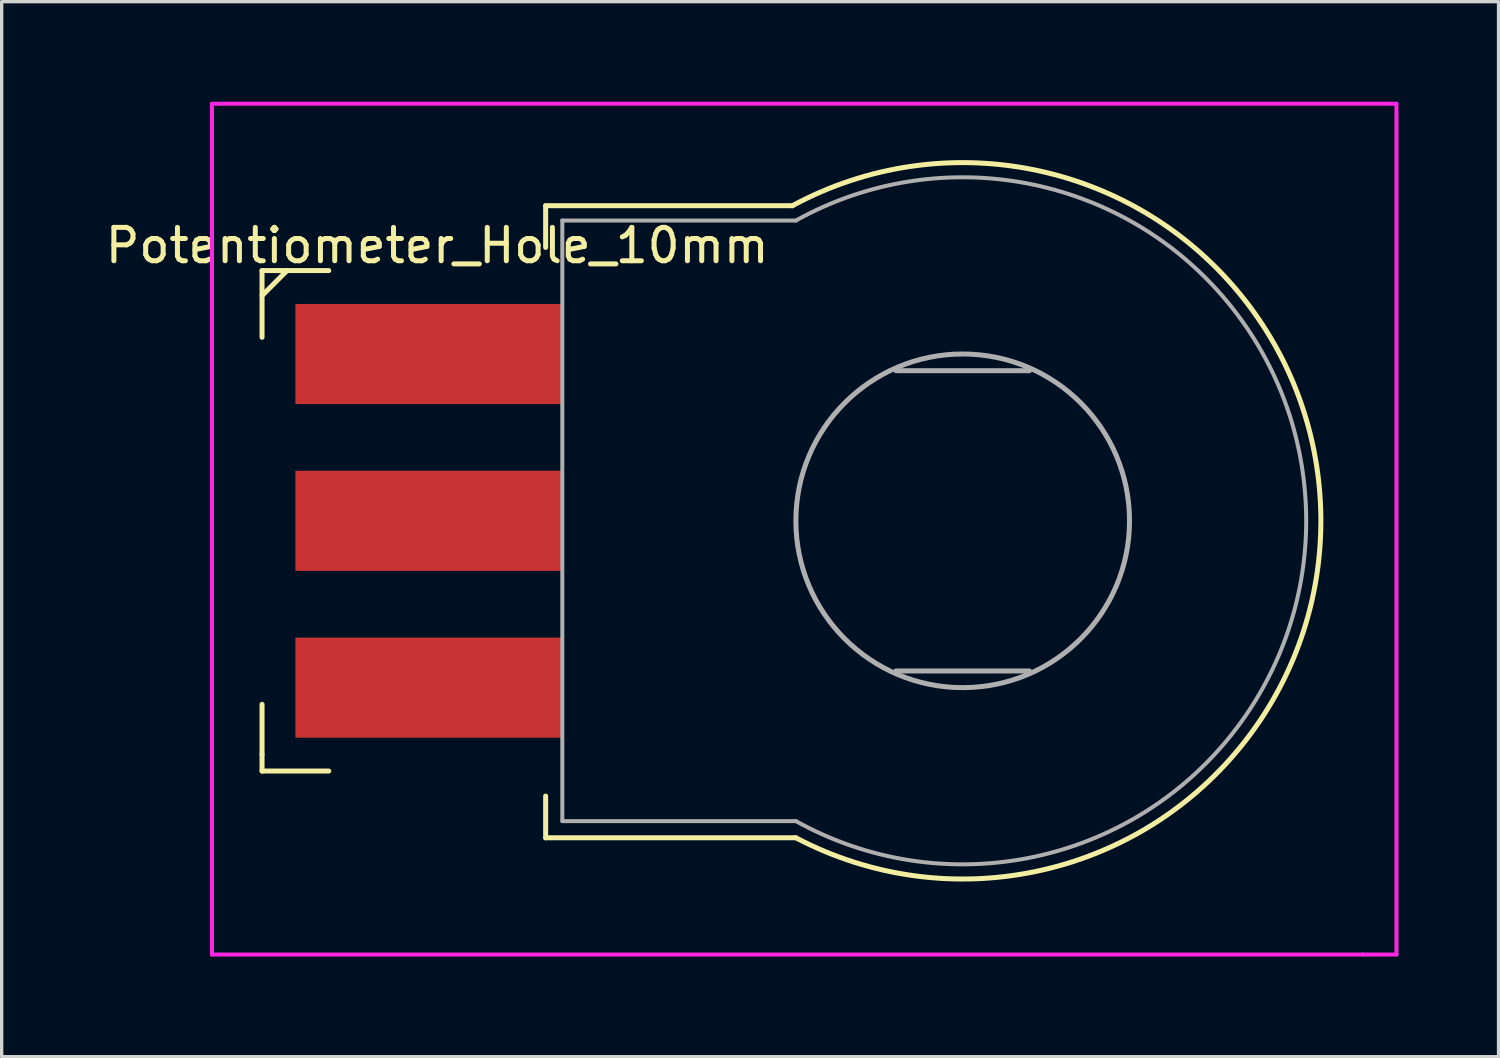
<source format=kicad_pcb>
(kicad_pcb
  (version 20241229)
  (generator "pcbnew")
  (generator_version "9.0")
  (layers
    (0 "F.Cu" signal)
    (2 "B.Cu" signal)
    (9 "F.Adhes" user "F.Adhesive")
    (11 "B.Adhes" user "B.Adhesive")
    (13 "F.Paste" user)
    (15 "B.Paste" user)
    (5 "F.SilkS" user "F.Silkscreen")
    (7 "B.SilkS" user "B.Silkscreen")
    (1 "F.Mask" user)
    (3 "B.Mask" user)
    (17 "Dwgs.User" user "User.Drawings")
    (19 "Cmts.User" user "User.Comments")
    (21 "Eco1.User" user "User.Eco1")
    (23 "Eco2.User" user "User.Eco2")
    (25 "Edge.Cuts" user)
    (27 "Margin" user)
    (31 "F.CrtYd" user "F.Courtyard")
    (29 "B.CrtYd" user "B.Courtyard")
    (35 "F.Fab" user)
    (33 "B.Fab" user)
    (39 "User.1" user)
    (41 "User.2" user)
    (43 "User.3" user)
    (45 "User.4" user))
  (footprint "Potentiometer_Hole_10mm"
    (layer "F.Cu")
    (at 25.804 12.56)
    (property "Reference" "Potentiometer_Hole_10mm" (at -15.75 -8.25 0) (layer "F.SilkS") (effects (font (size 1 1) (thickness 0.15))))
    (attr through_hole)
    (fp_line (start -21 -7.5) (end -21 -5.5) (stroke (width 0.15) (type solid)) (layer "F.SilkS"))
    (fp_line (start -21 5.5) (end -21 7) (stroke (width 0.15) (type solid)) (layer "F.SilkS"))
    (fp_line (start -21 7) (end -21 7.5) (stroke (width 0.15) (type solid)) (layer "F.SilkS"))
    (fp_line (start -21 7.5) (end -19 7.5) (stroke (width 0.15) (type solid)) (layer "F.SilkS"))
    (fp_line (start -20.5 -7.5) (end -21 -7.5) (stroke (width 0.15) (type solid)) (layer "F.SilkS"))
    (fp_line (start -20.25 -7.5) (end -21 -6.75) (stroke (width 0.15) (type solid)) (layer "F.SilkS"))
    (fp_line (start -19 -7.5) (end -20.5 -7.5) (stroke (width 0.15) (type solid)) (layer "F.SilkS"))
    (fp_line (start -12.5 -8.194) (end -12.5 -9.444) (stroke (width 0.15) (type solid)) (layer "F.SilkS"))
    (fp_line (start -12.5 9.5) (end -12.5 8.25) (stroke (width 0.15) (type solid)) (layer "F.SilkS"))
    (fp_line (start -5.105 -9.444) (end -12.5 -9.444) (stroke (width 0.15) (type solid)) (layer "F.SilkS"))
    (fp_line (start -5 9.5) (end -12.5 9.5) (stroke (width 0.15) (type solid)) (layer "F.SilkS"))
    (fp_arc (start -5.104892 -9.444049) (mid 10.73529 -0.059441) (end -4.999999 9.499999) (stroke (width 0.15) (type solid)) (layer "F.SilkS"))
    (fp_line (start -22.5 -12.5) (end -22.5 13) (stroke (width 0.12) (type solid)) (layer "F.CrtYd"))
    (fp_line (start -22.5 13) (end 12 13) (stroke (width 0.12) (type solid)) (layer "F.CrtYd"))
    (fp_line (start 12 13) (end 13 13) (stroke (width 0.12) (type solid)) (layer "F.CrtYd"))
    (fp_line (start 13 -12.5) (end -22.5 -12.5) (stroke (width 0.12) (type solid)) (layer "F.CrtYd"))
    (fp_line (start 13 13) (end 13 -12.5) (stroke (width 0.12) (type solid)) (layer "F.CrtYd"))
    (fp_line (start -12 -9) (end -12 9) (stroke (width 0.12) (type solid)) (layer "F.Fab"))
    (fp_line (start -12 -9) (end -5 -9) (stroke (width 0.12) (type solid)) (layer "F.Fab"))
    (fp_line (start -12 9) (end -5 9) (stroke (width 0.12) (type solid)) (layer "F.Fab"))
    (fp_line (start -2 -4.5) (end 2 -4.5) (stroke (width 0.15) (type solid)) (layer "F.Fab"))
    (fp_line (start -2 4.5) (end 2 4.5) (stroke (width 0.15) (type solid)) (layer "F.Fab"))
    (fp_arc (start -4.999999 -8.999999) (mid 10.295629 0) (end -4.999999 8.999999) (stroke (width 0.12) (type solid)) (layer "F.Fab"))
    (fp_circle (center 0 0) (end 5 0) (stroke (width 0.15) (type solid)) (fill no) (layer "F.Fab"))
    (pad "1" smd rect (at -16 -5 90) (size 3 8) (layers "F.Cu" "F.Mask" "F.Paste"))
    (pad "2" smd rect (at -16 0 90) (size 3 8) (layers "F.Cu" "F.Mask" "F.Paste"))
    (pad "3" smd rect (at -16 5 90) (size 3 8) (layers "F.Cu" "F.Mask" "F.Paste")))
  (gr_rect
    (start -3 -3)
    (end 41.864 28.62)
    (stroke (width 0.1) (type default))
    (fill no)
    (layer "Edge.Cuts")))
</source>
